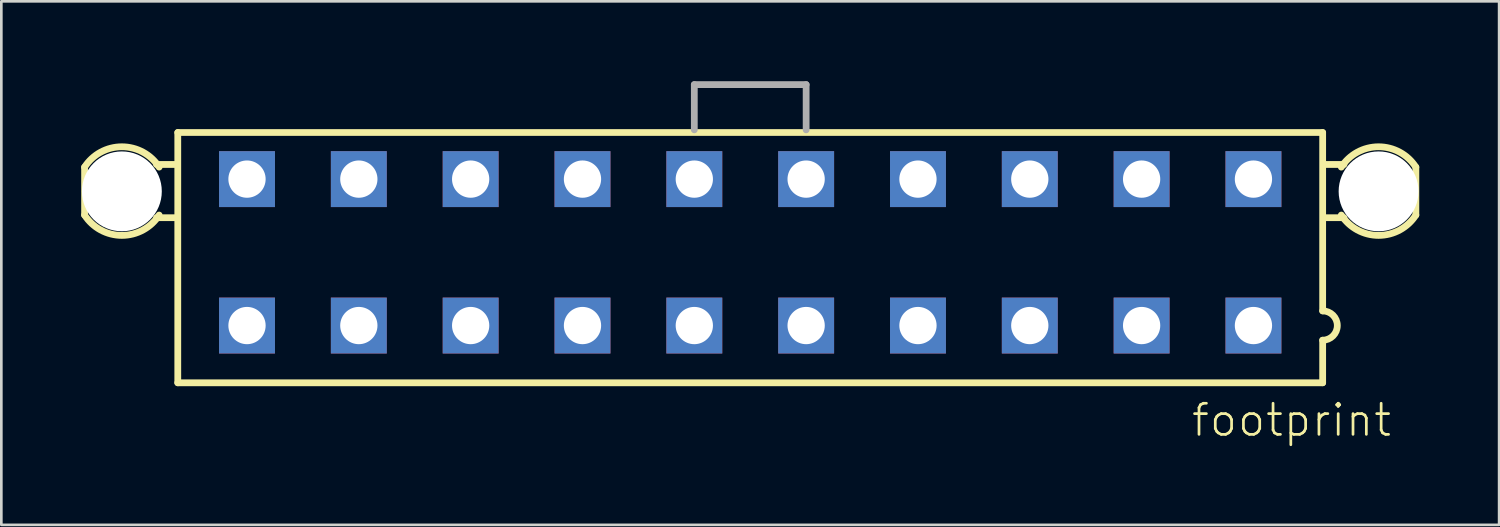
<source format=kicad_pcb>
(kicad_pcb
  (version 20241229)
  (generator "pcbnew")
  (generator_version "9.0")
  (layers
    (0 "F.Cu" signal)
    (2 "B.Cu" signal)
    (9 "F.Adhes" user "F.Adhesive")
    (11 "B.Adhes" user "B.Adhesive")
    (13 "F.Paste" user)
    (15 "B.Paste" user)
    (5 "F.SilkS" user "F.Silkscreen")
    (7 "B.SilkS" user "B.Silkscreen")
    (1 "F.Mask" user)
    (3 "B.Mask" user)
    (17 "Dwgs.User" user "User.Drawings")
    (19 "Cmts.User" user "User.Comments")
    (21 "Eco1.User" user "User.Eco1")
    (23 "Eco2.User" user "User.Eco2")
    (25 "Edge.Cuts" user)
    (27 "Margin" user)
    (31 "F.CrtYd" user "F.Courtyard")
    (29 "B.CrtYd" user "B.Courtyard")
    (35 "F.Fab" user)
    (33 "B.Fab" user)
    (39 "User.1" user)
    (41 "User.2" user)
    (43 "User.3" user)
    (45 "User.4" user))
  (footprint "footprint"
    (layer "F.Cu")
    (at 25.127 6.427)
    (property "Reference" "footprint" (at 16.51 6.985 0) (layer "F.SilkS") (effects (font (size 1.168 1.168) (thickness 0.102)) (justify left bottom)))
    (fp_line (start -25 -3.2) (end -25 -1.4) (stroke (width 0.254) (type solid)) (layer "F.SilkS"))
    (fp_line (start -22.3 -3.3) (end -21.6 -3.3) (stroke (width 0.254) (type solid)) (layer "F.SilkS"))
    (fp_line (start -22.3 -1.3) (end -21.6 -1.3) (stroke (width 0.254) (type solid)) (layer "F.SilkS"))
    (fp_line (start -21.5 -4.5) (end 21.5 -4.5) (stroke (width 0.254) (type solid)) (layer "F.SilkS"))
    (fp_line (start -21.5 4.9) (end -21.5 -4.5) (stroke (width 0.254) (type solid)) (layer "F.SilkS"))
    (fp_line (start 21.5 -4.5) (end 21.5 2.2) (stroke (width 0.254) (type solid)) (layer "F.SilkS"))
    (fp_line (start 21.5 3.3) (end 21.5 4.9) (stroke (width 0.254) (type solid)) (layer "F.SilkS"))
    (fp_line (start 21.5 4.9) (end -21.5 4.9) (stroke (width 0.254) (type solid)) (layer "F.SilkS"))
    (fp_line (start 22.3 -3.3) (end 21.6 -3.3) (stroke (width 0.254) (type solid)) (layer "F.SilkS"))
    (fp_line (start 22.3 -1.3) (end 21.6 -1.3) (stroke (width 0.254) (type solid)) (layer "F.SilkS"))
    (fp_line (start 25 -1.4) (end 25 -3.2) (stroke (width 0.254) (type solid)) (layer "F.SilkS"))
    (fp_arc (start -25 -3.2) (mid -23.599999 -3.964331) (end -22.199999 -3.199999) (stroke (width 0.254) (type solid)) (layer "F.SilkS"))
    (fp_arc (start -22.2 -1.4) (mid -23.6 -0.635668) (end -25 -1.4) (stroke (width 0.254) (type solid)) (layer "F.SilkS"))
    (fp_arc (start 21.5 2.2) (mid 22.05 2.75) (end 21.5 3.3) (stroke (width 0.254) (type solid)) (layer "F.SilkS"))
    (fp_arc (start 22.2 -3.2) (mid 23.600001 -3.964331) (end 25.000001 -3.199999) (stroke (width 0.254) (type solid)) (layer "F.SilkS"))
    (fp_arc (start 25 -1.4) (mid 23.6 -0.635668) (end 22.2 -1.4) (stroke (width 0.254) (type solid)) (layer "F.SilkS"))
    (fp_line (start -2.1 -6.3) (end -2.1 -4.6) (stroke (width 0.254) (type solid)) (layer "F.Fab"))
    (fp_line (start -2.1 -6.3) (end 2.1 -6.3) (stroke (width 0.254) (type solid)) (layer "F.Fab"))
    (fp_line (start 2.1 -6.3) (end 2.1 -4.6) (stroke (width 0.254) (type solid)) (layer "F.Fab"))
    (pad "" np_thru_hole circle (at -23.6 -2.29) (size 3 3) (drill 3) (layers "*.Cu" "*.Mask"))
    (pad "" np_thru_hole circle (at 23.6 -2.29) (size 3 3) (drill 3) (layers "*.Cu" "*.Mask"))
    (pad "1" thru_hole rect (at 18.9 2.75) (size 2.1 2.1) (drill 1.4) (layers "*.Cu" "*.Mask"))
    (pad "2" thru_hole rect (at 14.7 2.75) (size 2.1 2.1) (drill 1.4) (layers "*.Cu" "*.Mask"))
    (pad "3" thru_hole rect (at 10.5 2.75) (size 2.1 2.1) (drill 1.4) (layers "*.Cu" "*.Mask"))
    (pad "4" thru_hole rect (at 6.3 2.75) (size 2.1 2.1) (drill 1.4) (layers "*.Cu" "*.Mask"))
    (pad "5" thru_hole rect (at 2.1 2.75) (size 2.1 2.1) (drill 1.4) (layers "*.Cu" "*.Mask"))
    (pad "6" thru_hole rect (at -2.1 2.75) (size 2.1 2.1) (drill 1.4) (layers "*.Cu" "*.Mask"))
    (pad "7" thru_hole rect (at -6.3 2.75) (size 2.1 2.1) (drill 1.4) (layers "*.Cu" "*.Mask"))
    (pad "8" thru_hole rect (at -10.5 2.75) (size 2.1 2.1) (drill 1.4) (layers "*.Cu" "*.Mask"))
    (pad "9" thru_hole rect (at -14.7 2.75) (size 2.1 2.1) (drill 1.4) (layers "*.Cu" "*.Mask"))
    (pad "10" thru_hole rect (at -18.9 2.75) (size 2.1 2.1) (drill 1.4) (layers "*.Cu" "*.Mask"))
    (pad "11" thru_hole rect (at 18.9 -2.75) (size 2.1 2.1) (drill 1.4) (layers "*.Cu" "*.Mask"))
    (pad "12" thru_hole rect (at 14.7 -2.75) (size 2.1 2.1) (drill 1.4) (layers "*.Cu" "*.Mask"))
    (pad "13" thru_hole rect (at 10.5 -2.75) (size 2.1 2.1) (drill 1.4) (layers "*.Cu" "*.Mask"))
    (pad "14" thru_hole rect (at 6.3 -2.75) (size 2.1 2.1) (drill 1.4) (layers "*.Cu" "*.Mask"))
    (pad "15" thru_hole rect (at 2.1 -2.75) (size 2.1 2.1) (drill 1.4) (layers "*.Cu" "*.Mask"))
    (pad "16" thru_hole rect (at -2.1 -2.75) (size 2.1 2.1) (drill 1.4) (layers "*.Cu" "*.Mask"))
    (pad "17" thru_hole rect (at -6.3 -2.75) (size 2.1 2.1) (drill 1.4) (layers "*.Cu" "*.Mask"))
    (pad "18" thru_hole rect (at -10.5 -2.75) (size 2.1 2.1) (drill 1.4) (layers "*.Cu" "*.Mask"))
    (pad "19" thru_hole rect (at -14.7 -2.75) (size 2.1 2.1) (drill 1.4) (layers "*.Cu" "*.Mask"))
    (pad "20" thru_hole rect (at -18.9 -2.75) (size 2.1 2.1) (drill 1.4) (layers "*.Cu" "*.Mask")))
  (gr_rect
    (start -3 -3)
    (end 53.254 16.662)
    (stroke (width 0.1) (type default))
    (fill no)
    (layer "Edge.Cuts")))
</source>
